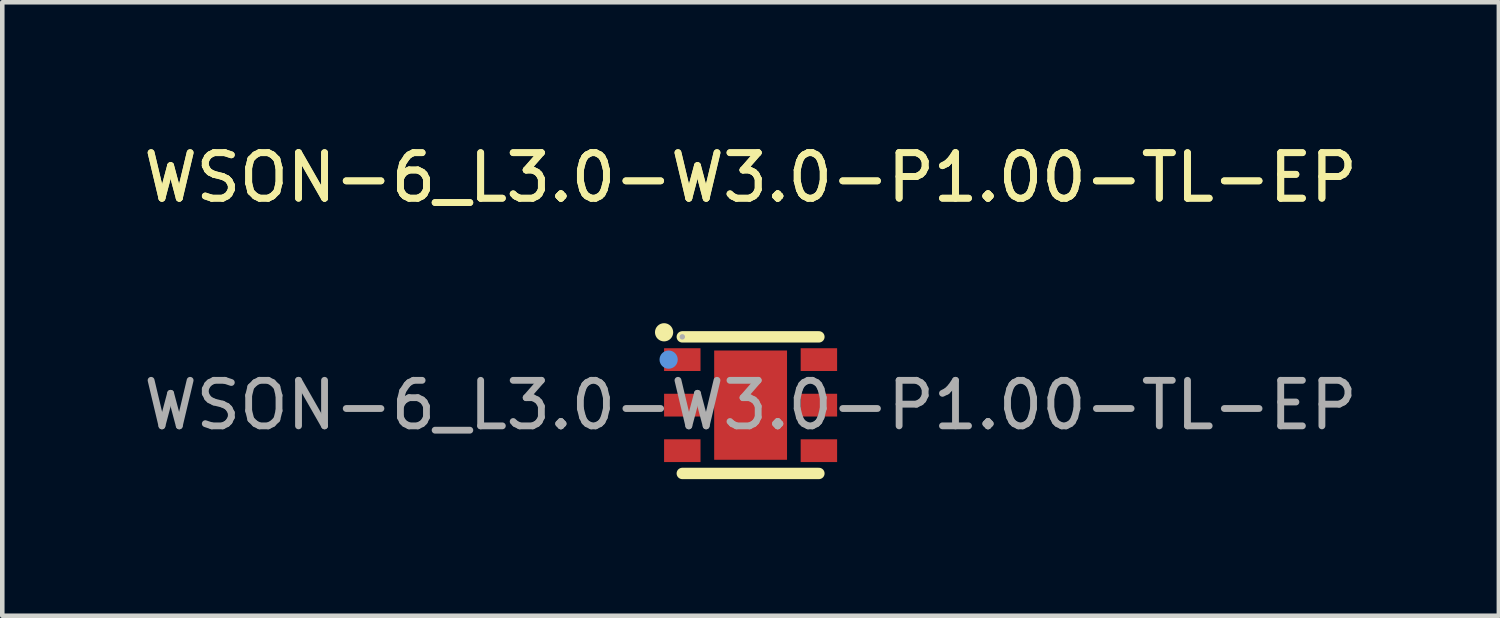
<source format=kicad_pcb>
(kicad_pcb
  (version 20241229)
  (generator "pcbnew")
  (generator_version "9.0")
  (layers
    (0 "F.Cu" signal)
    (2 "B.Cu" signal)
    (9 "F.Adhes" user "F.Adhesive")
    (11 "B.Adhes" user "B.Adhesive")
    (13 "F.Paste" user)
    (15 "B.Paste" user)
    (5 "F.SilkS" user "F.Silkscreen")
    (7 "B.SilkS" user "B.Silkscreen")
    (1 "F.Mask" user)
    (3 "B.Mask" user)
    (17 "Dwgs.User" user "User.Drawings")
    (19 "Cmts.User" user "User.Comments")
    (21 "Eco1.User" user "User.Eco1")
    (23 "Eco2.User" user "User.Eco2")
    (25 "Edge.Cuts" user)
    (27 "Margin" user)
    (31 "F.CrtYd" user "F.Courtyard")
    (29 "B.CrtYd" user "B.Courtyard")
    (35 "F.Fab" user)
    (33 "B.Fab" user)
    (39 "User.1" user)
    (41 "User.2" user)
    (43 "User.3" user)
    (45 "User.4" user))
  (footprint "WSON-6_L3.0-W3.0-P1.00-TL-EP"
    (layer "F.Cu")
    (at 13.435 5.848)
    (property "Reference" "WSON-6_L3.0-W3.0-P1.00-TL-EP" (at 0 -5 0) (layer "F.SilkS") (effects (font (size 1 1) (thickness 0.15))))
    (attr smd)
    (fp_line (start 1.5 -1.5) (end -1.5 -1.5) (stroke (width 0.25) (type solid)) (layer "F.SilkS"))
    (fp_line (start 1.5 1.5) (end -1.5 1.5) (stroke (width 0.25) (type solid)) (layer "F.SilkS"))
    (fp_circle (center -1.9 -1.6) (end -1.8 -1.6) (stroke (width 0.2) (type solid)) (fill no) (layer "F.SilkS"))
    (fp_circle (center -1.8 -1) (end -1.7 -1) (stroke (width 0.2) (type solid)) (fill no) (layer "Cmts.User"))
    (fp_circle (center -1.5 -1.5) (end -1.47 -1.5) (stroke (width 0.06) (type solid)) (fill no) (layer "F.Fab"))
    (fp_text user "${REFERENCE}" (at 0 -5 0) (layer "F.SilkS") (effects (font (size 1 1) (thickness 0.15))))
    (fp_text user "${REFERENCE}" (at 0 0 0) (layer "F.Fab") (effects (font (size 1 1) (thickness 0.15))))
    (pad "1" smd rect (at -1.5 -1 90) (size 0.5 0.8) (layers "F.Cu" "F.Mask" "F.Paste"))
    (pad "2" smd rect (at -1.5 0 90) (size 0.5 0.8) (layers "F.Cu" "F.Mask" "F.Paste"))
    (pad "3" smd rect (at -1.5 1 90) (size 0.5 0.8) (layers "F.Cu" "F.Mask" "F.Paste"))
    (pad "4" smd rect (at 1.5 1 90) (size 0.5 0.8) (layers "F.Cu" "F.Mask" "F.Paste"))
    (pad "5" smd rect (at 1.5 0 90) (size 0.5 0.8) (layers "F.Cu" "F.Mask" "F.Paste"))
    (pad "6" smd rect (at 1.5 -1 90) (size 0.5 0.8) (layers "F.Cu" "F.Mask" "F.Paste"))
    (pad "7" smd rect (at 0 0 90) (size 2.4 1.6) (layers "F.Cu" "F.Mask" "F.Paste")))
  (gr_rect
    (start -3 -3)
    (end 29.869 10.473)
    (stroke (width 0.1) (type default))
    (fill no)
    (layer "Edge.Cuts")))
</source>
